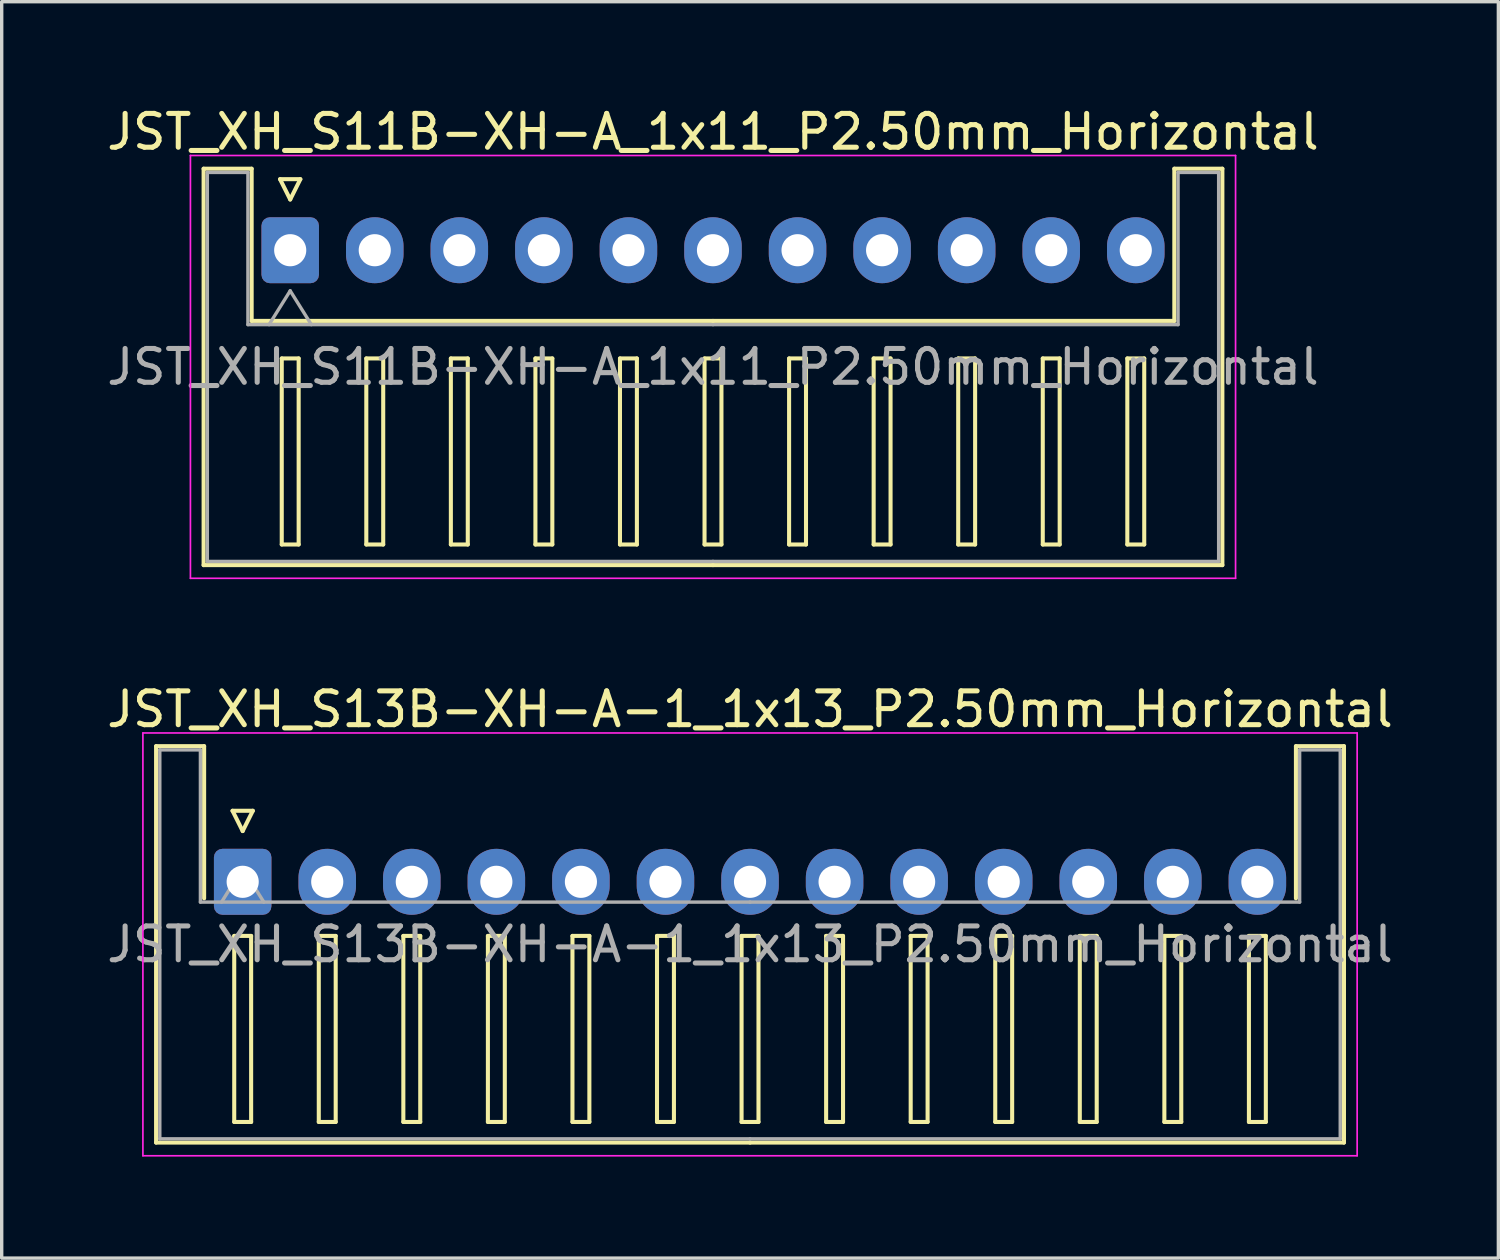
<source format=kicad_pcb>
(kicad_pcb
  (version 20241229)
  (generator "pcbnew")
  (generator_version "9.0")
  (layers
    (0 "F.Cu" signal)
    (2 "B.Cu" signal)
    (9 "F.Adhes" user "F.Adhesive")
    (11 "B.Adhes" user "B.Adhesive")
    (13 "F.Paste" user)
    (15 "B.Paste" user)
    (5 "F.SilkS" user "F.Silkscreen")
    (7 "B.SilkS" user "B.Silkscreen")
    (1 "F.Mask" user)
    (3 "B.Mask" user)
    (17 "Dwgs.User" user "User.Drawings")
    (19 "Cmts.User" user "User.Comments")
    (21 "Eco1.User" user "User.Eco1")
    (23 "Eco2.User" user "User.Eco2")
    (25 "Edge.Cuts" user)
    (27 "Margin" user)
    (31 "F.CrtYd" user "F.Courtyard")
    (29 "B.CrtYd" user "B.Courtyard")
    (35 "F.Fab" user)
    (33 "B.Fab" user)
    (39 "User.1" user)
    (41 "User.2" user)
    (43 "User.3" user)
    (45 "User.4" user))
  (footprint "JST_XH_S11B-XH-A_1x11_P2.50mm_Horizontal"
    (layer "F.Cu")
    (at 5.53 4.348)
    (property "Reference" "JST_XH_S11B-XH-A_1x11_P2.50mm_Horizontal" (at 12.5 -3.5 0) (layer "F.SilkS") (effects (font (size 1 1) (thickness 0.15))))
    (attr through_hole)
    (fp_line (start -2.56 -2.41) (end -1.14 -2.41) (stroke (width 0.12) (type solid)) (layer "F.SilkS"))
    (fp_line (start -2.56 9.31) (end -2.56 -2.41) (stroke (width 0.12) (type solid)) (layer "F.SilkS"))
    (fp_line (start -1.14 -2.41) (end -1.14 2.09) (stroke (width 0.12) (type solid)) (layer "F.SilkS"))
    (fp_line (start -1.14 2.09) (end 12.5 2.09) (stroke (width 0.12) (type solid)) (layer "F.SilkS"))
    (fp_line (start -0.3 -2.1) (end 0.3 -2.1) (stroke (width 0.12) (type solid)) (layer "F.SilkS"))
    (fp_line (start -0.25 3.2) (end -0.25 8.7) (stroke (width 0.12) (type solid)) (layer "F.SilkS"))
    (fp_line (start -0.25 8.7) (end 0.25 8.7) (stroke (width 0.12) (type solid)) (layer "F.SilkS"))
    (fp_line (start 0 -1.5) (end -0.3 -2.1) (stroke (width 0.12) (type solid)) (layer "F.SilkS"))
    (fp_line (start 0.25 3.2) (end -0.25 3.2) (stroke (width 0.12) (type solid)) (layer "F.SilkS"))
    (fp_line (start 0.25 8.7) (end 0.25 3.2) (stroke (width 0.12) (type solid)) (layer "F.SilkS"))
    (fp_line (start 0.3 -2.1) (end 0 -1.5) (stroke (width 0.12) (type solid)) (layer "F.SilkS"))
    (fp_line (start 2.25 3.2) (end 2.25 8.7) (stroke (width 0.12) (type solid)) (layer "F.SilkS"))
    (fp_line (start 2.25 8.7) (end 2.75 8.7) (stroke (width 0.12) (type solid)) (layer "F.SilkS"))
    (fp_line (start 2.75 3.2) (end 2.25 3.2) (stroke (width 0.12) (type solid)) (layer "F.SilkS"))
    (fp_line (start 2.75 8.7) (end 2.75 3.2) (stroke (width 0.12) (type solid)) (layer "F.SilkS"))
    (fp_line (start 4.75 3.2) (end 4.75 8.7) (stroke (width 0.12) (type solid)) (layer "F.SilkS"))
    (fp_line (start 4.75 8.7) (end 5.25 8.7) (stroke (width 0.12) (type solid)) (layer "F.SilkS"))
    (fp_line (start 5.25 3.2) (end 4.75 3.2) (stroke (width 0.12) (type solid)) (layer "F.SilkS"))
    (fp_line (start 5.25 8.7) (end 5.25 3.2) (stroke (width 0.12) (type solid)) (layer "F.SilkS"))
    (fp_line (start 7.25 3.2) (end 7.25 8.7) (stroke (width 0.12) (type solid)) (layer "F.SilkS"))
    (fp_line (start 7.25 8.7) (end 7.75 8.7) (stroke (width 0.12) (type solid)) (layer "F.SilkS"))
    (fp_line (start 7.75 3.2) (end 7.25 3.2) (stroke (width 0.12) (type solid)) (layer "F.SilkS"))
    (fp_line (start 7.75 8.7) (end 7.75 3.2) (stroke (width 0.12) (type solid)) (layer "F.SilkS"))
    (fp_line (start 9.75 3.2) (end 9.75 8.7) (stroke (width 0.12) (type solid)) (layer "F.SilkS"))
    (fp_line (start 9.75 8.7) (end 10.25 8.7) (stroke (width 0.12) (type solid)) (layer "F.SilkS"))
    (fp_line (start 10.25 3.2) (end 9.75 3.2) (stroke (width 0.12) (type solid)) (layer "F.SilkS"))
    (fp_line (start 10.25 8.7) (end 10.25 3.2) (stroke (width 0.12) (type solid)) (layer "F.SilkS"))
    (fp_line (start 12.25 3.2) (end 12.25 8.7) (stroke (width 0.12) (type solid)) (layer "F.SilkS"))
    (fp_line (start 12.25 8.7) (end 12.75 8.7) (stroke (width 0.12) (type solid)) (layer "F.SilkS"))
    (fp_line (start 12.5 9.31) (end -2.56 9.31) (stroke (width 0.12) (type solid)) (layer "F.SilkS"))
    (fp_line (start 12.5 9.31) (end 27.56 9.31) (stroke (width 0.12) (type solid)) (layer "F.SilkS"))
    (fp_line (start 12.75 3.2) (end 12.25 3.2) (stroke (width 0.12) (type solid)) (layer "F.SilkS"))
    (fp_line (start 12.75 8.7) (end 12.75 3.2) (stroke (width 0.12) (type solid)) (layer "F.SilkS"))
    (fp_line (start 14.75 3.2) (end 14.75 8.7) (stroke (width 0.12) (type solid)) (layer "F.SilkS"))
    (fp_line (start 14.75 8.7) (end 15.25 8.7) (stroke (width 0.12) (type solid)) (layer "F.SilkS"))
    (fp_line (start 15.25 3.2) (end 14.75 3.2) (stroke (width 0.12) (type solid)) (layer "F.SilkS"))
    (fp_line (start 15.25 8.7) (end 15.25 3.2) (stroke (width 0.12) (type solid)) (layer "F.SilkS"))
    (fp_line (start 17.25 3.2) (end 17.25 8.7) (stroke (width 0.12) (type solid)) (layer "F.SilkS"))
    (fp_line (start 17.25 8.7) (end 17.75 8.7) (stroke (width 0.12) (type solid)) (layer "F.SilkS"))
    (fp_line (start 17.75 3.2) (end 17.25 3.2) (stroke (width 0.12) (type solid)) (layer "F.SilkS"))
    (fp_line (start 17.75 8.7) (end 17.75 3.2) (stroke (width 0.12) (type solid)) (layer "F.SilkS"))
    (fp_line (start 19.75 3.2) (end 19.75 8.7) (stroke (width 0.12) (type solid)) (layer "F.SilkS"))
    (fp_line (start 19.75 8.7) (end 20.25 8.7) (stroke (width 0.12) (type solid)) (layer "F.SilkS"))
    (fp_line (start 20.25 3.2) (end 19.75 3.2) (stroke (width 0.12) (type solid)) (layer "F.SilkS"))
    (fp_line (start 20.25 8.7) (end 20.25 3.2) (stroke (width 0.12) (type solid)) (layer "F.SilkS"))
    (fp_line (start 22.25 3.2) (end 22.25 8.7) (stroke (width 0.12) (type solid)) (layer "F.SilkS"))
    (fp_line (start 22.25 8.7) (end 22.75 8.7) (stroke (width 0.12) (type solid)) (layer "F.SilkS"))
    (fp_line (start 22.75 3.2) (end 22.25 3.2) (stroke (width 0.12) (type solid)) (layer "F.SilkS"))
    (fp_line (start 22.75 8.7) (end 22.75 3.2) (stroke (width 0.12) (type solid)) (layer "F.SilkS"))
    (fp_line (start 24.75 3.2) (end 24.75 8.7) (stroke (width 0.12) (type solid)) (layer "F.SilkS"))
    (fp_line (start 24.75 8.7) (end 25.25 8.7) (stroke (width 0.12) (type solid)) (layer "F.SilkS"))
    (fp_line (start 25.25 3.2) (end 24.75 3.2) (stroke (width 0.12) (type solid)) (layer "F.SilkS"))
    (fp_line (start 25.25 8.7) (end 25.25 3.2) (stroke (width 0.12) (type solid)) (layer "F.SilkS"))
    (fp_line (start 26.14 -2.41) (end 26.14 2.09) (stroke (width 0.12) (type solid)) (layer "F.SilkS"))
    (fp_line (start 26.14 2.09) (end 12.5 2.09) (stroke (width 0.12) (type solid)) (layer "F.SilkS"))
    (fp_line (start 27.56 -2.41) (end 26.14 -2.41) (stroke (width 0.12) (type solid)) (layer "F.SilkS"))
    (fp_line (start 27.56 9.31) (end 27.56 -2.41) (stroke (width 0.12) (type solid)) (layer "F.SilkS"))
    (fp_line (start -2.95 -2.8) (end -2.95 9.7) (stroke (width 0.05) (type solid)) (layer "F.CrtYd"))
    (fp_line (start -2.95 9.7) (end 27.95 9.7) (stroke (width 0.05) (type solid)) (layer "F.CrtYd"))
    (fp_line (start 27.95 -2.8) (end -2.95 -2.8) (stroke (width 0.05) (type solid)) (layer "F.CrtYd"))
    (fp_line (start 27.95 9.7) (end 27.95 -2.8) (stroke (width 0.05) (type solid)) (layer "F.CrtYd"))
    (fp_line (start -2.45 -2.3) (end -1.25 -2.3) (stroke (width 0.1) (type solid)) (layer "F.Fab"))
    (fp_line (start -2.45 9.2) (end -2.45 -2.3) (stroke (width 0.1) (type solid)) (layer "F.Fab"))
    (fp_line (start -1.25 -2.3) (end -1.25 2.2) (stroke (width 0.1) (type solid)) (layer "F.Fab"))
    (fp_line (start -1.25 2.2) (end 12.5 2.2) (stroke (width 0.1) (type solid)) (layer "F.Fab"))
    (fp_line (start -0.625 2.2) (end 0 1.2) (stroke (width 0.1) (type solid)) (layer "F.Fab"))
    (fp_line (start 0 1.2) (end 0.625 2.2) (stroke (width 0.1) (type solid)) (layer "F.Fab"))
    (fp_line (start 12.5 9.2) (end -2.45 9.2) (stroke (width 0.1) (type solid)) (layer "F.Fab"))
    (fp_line (start 12.5 9.2) (end 27.45 9.2) (stroke (width 0.1) (type solid)) (layer "F.Fab"))
    (fp_line (start 26.25 -2.3) (end 26.25 2.2) (stroke (width 0.1) (type solid)) (layer "F.Fab"))
    (fp_line (start 26.25 2.2) (end 12.5 2.2) (stroke (width 0.1) (type solid)) (layer "F.Fab"))
    (fp_line (start 27.45 -2.3) (end 26.25 -2.3) (stroke (width 0.1) (type solid)) (layer "F.Fab"))
    (fp_line (start 27.45 9.2) (end 27.45 -2.3) (stroke (width 0.1) (type solid)) (layer "F.Fab"))
    (fp_text user "${REFERENCE}" (at 12.5 3.45 0) (layer "F.Fab") (effects (font (size 1 1) (thickness 0.15))))
    (pad "1" thru_hole roundrect (at 0 0) (size 1.7 1.95) (drill 0.95) (layers "*.Cu" "*.Mask") (roundrect_rratio 0.147))
    (pad "2" thru_hole oval (at 2.5 0) (size 1.7 1.95) (drill 0.95) (layers "*.Cu" "*.Mask"))
    (pad "3" thru_hole oval (at 5 0) (size 1.7 1.95) (drill 0.95) (layers "*.Cu" "*.Mask"))
    (pad "4" thru_hole oval (at 7.5 0) (size 1.7 1.95) (drill 0.95) (layers "*.Cu" "*.Mask"))
    (pad "5" thru_hole oval (at 10 0) (size 1.7 1.95) (drill 0.95) (layers "*.Cu" "*.Mask"))
    (pad "6" thru_hole oval (at 12.5 0) (size 1.7 1.95) (drill 0.95) (layers "*.Cu" "*.Mask"))
    (pad "7" thru_hole oval (at 15 0) (size 1.7 1.95) (drill 0.95) (layers "*.Cu" "*.Mask"))
    (pad "8" thru_hole oval (at 17.5 0) (size 1.7 1.95) (drill 0.95) (layers "*.Cu" "*.Mask"))
    (pad "9" thru_hole oval (at 20 0) (size 1.7 1.95) (drill 0.95) (layers "*.Cu" "*.Mask"))
    (pad "10" thru_hole oval (at 22.5 0) (size 1.7 1.95) (drill 0.95) (layers "*.Cu" "*.Mask"))
    (pad "11" thru_hole oval (at 25 0) (size 1.7 1.95) (drill 0.95) (layers "*.Cu" "*.Mask")))
  (footprint "JST_XH_S13B-XH-A-1_1x13_P2.50mm_Horizontal"
    (layer "F.Cu")
    (at 4.125 23.021)
    (property "Reference" "JST_XH_S13B-XH-A-1_1x13_P2.50mm_Horizontal" (at 15 -5.1 0) (layer "F.SilkS") (effects (font (size 1 1) (thickness 0.15))))
    (attr through_hole)
    (fp_line (start -2.56 -4.01) (end -1.14 -4.01) (stroke (width 0.12) (type solid)) (layer "F.SilkS"))
    (fp_line (start -2.56 7.71) (end -2.56 -4.01) (stroke (width 0.12) (type solid)) (layer "F.SilkS"))
    (fp_line (start -1.14 -4.01) (end -1.14 0.49) (stroke (width 0.12) (type solid)) (layer "F.SilkS"))
    (fp_line (start -0.3 -2.1) (end 0.3 -2.1) (stroke (width 0.12) (type solid)) (layer "F.SilkS"))
    (fp_line (start -0.25 1.6) (end -0.25 7.1) (stroke (width 0.12) (type solid)) (layer "F.SilkS"))
    (fp_line (start -0.25 7.1) (end 0.25 7.1) (stroke (width 0.12) (type solid)) (layer "F.SilkS"))
    (fp_line (start 0 -1.5) (end -0.3 -2.1) (stroke (width 0.12) (type solid)) (layer "F.SilkS"))
    (fp_line (start 0.25 1.6) (end -0.25 1.6) (stroke (width 0.12) (type solid)) (layer "F.SilkS"))
    (fp_line (start 0.25 7.1) (end 0.25 1.6) (stroke (width 0.12) (type solid)) (layer "F.SilkS"))
    (fp_line (start 0.3 -2.1) (end 0 -1.5) (stroke (width 0.12) (type solid)) (layer "F.SilkS"))
    (fp_line (start 2.25 1.6) (end 2.25 7.1) (stroke (width 0.12) (type solid)) (layer "F.SilkS"))
    (fp_line (start 2.25 7.1) (end 2.75 7.1) (stroke (width 0.12) (type solid)) (layer "F.SilkS"))
    (fp_line (start 2.75 1.6) (end 2.25 1.6) (stroke (width 0.12) (type solid)) (layer "F.SilkS"))
    (fp_line (start 2.75 7.1) (end 2.75 1.6) (stroke (width 0.12) (type solid)) (layer "F.SilkS"))
    (fp_line (start 4.75 1.6) (end 4.75 7.1) (stroke (width 0.12) (type solid)) (layer "F.SilkS"))
    (fp_line (start 4.75 7.1) (end 5.25 7.1) (stroke (width 0.12) (type solid)) (layer "F.SilkS"))
    (fp_line (start 5.25 1.6) (end 4.75 1.6) (stroke (width 0.12) (type solid)) (layer "F.SilkS"))
    (fp_line (start 5.25 7.1) (end 5.25 1.6) (stroke (width 0.12) (type solid)) (layer "F.SilkS"))
    (fp_line (start 7.25 1.6) (end 7.25 7.1) (stroke (width 0.12) (type solid)) (layer "F.SilkS"))
    (fp_line (start 7.25 7.1) (end 7.75 7.1) (stroke (width 0.12) (type solid)) (layer "F.SilkS"))
    (fp_line (start 7.75 1.6) (end 7.25 1.6) (stroke (width 0.12) (type solid)) (layer "F.SilkS"))
    (fp_line (start 7.75 7.1) (end 7.75 1.6) (stroke (width 0.12) (type solid)) (layer "F.SilkS"))
    (fp_line (start 9.75 1.6) (end 9.75 7.1) (stroke (width 0.12) (type solid)) (layer "F.SilkS"))
    (fp_line (start 9.75 7.1) (end 10.25 7.1) (stroke (width 0.12) (type solid)) (layer "F.SilkS"))
    (fp_line (start 10.25 1.6) (end 9.75 1.6) (stroke (width 0.12) (type solid)) (layer "F.SilkS"))
    (fp_line (start 10.25 7.1) (end 10.25 1.6) (stroke (width 0.12) (type solid)) (layer "F.SilkS"))
    (fp_line (start 12.25 1.6) (end 12.25 7.1) (stroke (width 0.12) (type solid)) (layer "F.SilkS"))
    (fp_line (start 12.25 7.1) (end 12.75 7.1) (stroke (width 0.12) (type solid)) (layer "F.SilkS"))
    (fp_line (start 12.75 1.6) (end 12.25 1.6) (stroke (width 0.12) (type solid)) (layer "F.SilkS"))
    (fp_line (start 12.75 7.1) (end 12.75 1.6) (stroke (width 0.12) (type solid)) (layer "F.SilkS"))
    (fp_line (start 14.75 1.6) (end 14.75 7.1) (stroke (width 0.12) (type solid)) (layer "F.SilkS"))
    (fp_line (start 14.75 7.1) (end 15.25 7.1) (stroke (width 0.12) (type solid)) (layer "F.SilkS"))
    (fp_line (start 15 7.71) (end -2.56 7.71) (stroke (width 0.12) (type solid)) (layer "F.SilkS"))
    (fp_line (start 15 7.71) (end 32.56 7.71) (stroke (width 0.12) (type solid)) (layer "F.SilkS"))
    (fp_line (start 15.25 1.6) (end 14.75 1.6) (stroke (width 0.12) (type solid)) (layer "F.SilkS"))
    (fp_line (start 15.25 7.1) (end 15.25 1.6) (stroke (width 0.12) (type solid)) (layer "F.SilkS"))
    (fp_line (start 17.25 1.6) (end 17.25 7.1) (stroke (width 0.12) (type solid)) (layer "F.SilkS"))
    (fp_line (start 17.25 7.1) (end 17.75 7.1) (stroke (width 0.12) (type solid)) (layer "F.SilkS"))
    (fp_line (start 17.75 1.6) (end 17.25 1.6) (stroke (width 0.12) (type solid)) (layer "F.SilkS"))
    (fp_line (start 17.75 7.1) (end 17.75 1.6) (stroke (width 0.12) (type solid)) (layer "F.SilkS"))
    (fp_line (start 19.75 1.6) (end 19.75 7.1) (stroke (width 0.12) (type solid)) (layer "F.SilkS"))
    (fp_line (start 19.75 7.1) (end 20.25 7.1) (stroke (width 0.12) (type solid)) (layer "F.SilkS"))
    (fp_line (start 20.25 1.6) (end 19.75 1.6) (stroke (width 0.12) (type solid)) (layer "F.SilkS"))
    (fp_line (start 20.25 7.1) (end 20.25 1.6) (stroke (width 0.12) (type solid)) (layer "F.SilkS"))
    (fp_line (start 22.25 1.6) (end 22.25 7.1) (stroke (width 0.12) (type solid)) (layer "F.SilkS"))
    (fp_line (start 22.25 7.1) (end 22.75 7.1) (stroke (width 0.12) (type solid)) (layer "F.SilkS"))
    (fp_line (start 22.75 1.6) (end 22.25 1.6) (stroke (width 0.12) (type solid)) (layer "F.SilkS"))
    (fp_line (start 22.75 7.1) (end 22.75 1.6) (stroke (width 0.12) (type solid)) (layer "F.SilkS"))
    (fp_line (start 24.75 1.6) (end 24.75 7.1) (stroke (width 0.12) (type solid)) (layer "F.SilkS"))
    (fp_line (start 24.75 7.1) (end 25.25 7.1) (stroke (width 0.12) (type solid)) (layer "F.SilkS"))
    (fp_line (start 25.25 1.6) (end 24.75 1.6) (stroke (width 0.12) (type solid)) (layer "F.SilkS"))
    (fp_line (start 25.25 7.1) (end 25.25 1.6) (stroke (width 0.12) (type solid)) (layer "F.SilkS"))
    (fp_line (start 27.25 1.6) (end 27.25 7.1) (stroke (width 0.12) (type solid)) (layer "F.SilkS"))
    (fp_line (start 27.25 7.1) (end 27.75 7.1) (stroke (width 0.12) (type solid)) (layer "F.SilkS"))
    (fp_line (start 27.75 1.6) (end 27.25 1.6) (stroke (width 0.12) (type solid)) (layer "F.SilkS"))
    (fp_line (start 27.75 7.1) (end 27.75 1.6) (stroke (width 0.12) (type solid)) (layer "F.SilkS"))
    (fp_line (start 29.75 1.6) (end 29.75 7.1) (stroke (width 0.12) (type solid)) (layer "F.SilkS"))
    (fp_line (start 29.75 7.1) (end 30.25 7.1) (stroke (width 0.12) (type solid)) (layer "F.SilkS"))
    (fp_line (start 30.25 1.6) (end 29.75 1.6) (stroke (width 0.12) (type solid)) (layer "F.SilkS"))
    (fp_line (start 30.25 7.1) (end 30.25 1.6) (stroke (width 0.12) (type solid)) (layer "F.SilkS"))
    (fp_line (start 31.14 -4.01) (end 31.14 0.49) (stroke (width 0.12) (type solid)) (layer "F.SilkS"))
    (fp_line (start 32.56 -4.01) (end 31.14 -4.01) (stroke (width 0.12) (type solid)) (layer "F.SilkS"))
    (fp_line (start 32.56 7.71) (end 32.56 -4.01) (stroke (width 0.12) (type solid)) (layer "F.SilkS"))
    (fp_line (start -2.95 -4.4) (end -2.95 8.1) (stroke (width 0.05) (type solid)) (layer "F.CrtYd"))
    (fp_line (start -2.95 8.1) (end 32.95 8.1) (stroke (width 0.05) (type solid)) (layer "F.CrtYd"))
    (fp_line (start 32.95 -4.4) (end -2.95 -4.4) (stroke (width 0.05) (type solid)) (layer "F.CrtYd"))
    (fp_line (start 32.95 8.1) (end 32.95 -4.4) (stroke (width 0.05) (type solid)) (layer "F.CrtYd"))
    (fp_line (start -2.45 -3.9) (end -1.25 -3.9) (stroke (width 0.1) (type solid)) (layer "F.Fab"))
    (fp_line (start -2.45 7.6) (end -2.45 -3.9) (stroke (width 0.1) (type solid)) (layer "F.Fab"))
    (fp_line (start -1.25 -3.9) (end -1.25 0.6) (stroke (width 0.1) (type solid)) (layer "F.Fab"))
    (fp_line (start -1.25 0.6) (end 15 0.6) (stroke (width 0.1) (type solid)) (layer "F.Fab"))
    (fp_line (start -0.625 0.6) (end 0 -0.4) (stroke (width 0.1) (type solid)) (layer "F.Fab"))
    (fp_line (start 0 -0.4) (end 0.625 0.6) (stroke (width 0.1) (type solid)) (layer "F.Fab"))
    (fp_line (start 15 7.6) (end -2.45 7.6) (stroke (width 0.1) (type solid)) (layer "F.Fab"))
    (fp_line (start 15 7.6) (end 32.45 7.6) (stroke (width 0.1) (type solid)) (layer "F.Fab"))
    (fp_line (start 31.25 -3.9) (end 31.25 0.6) (stroke (width 0.1) (type solid)) (layer "F.Fab"))
    (fp_line (start 31.25 0.6) (end 15 0.6) (stroke (width 0.1) (type solid)) (layer "F.Fab"))
    (fp_line (start 32.45 -3.9) (end 31.25 -3.9) (stroke (width 0.1) (type solid)) (layer "F.Fab"))
    (fp_line (start 32.45 7.6) (end 32.45 -3.9) (stroke (width 0.1) (type solid)) (layer "F.Fab"))
    (fp_text user "${REFERENCE}" (at 15 1.85 0) (layer "F.Fab") (effects (font (size 1 1) (thickness 0.15))))
    (pad "1" thru_hole roundrect (at 0 0) (size 1.7 1.95) (drill 0.95) (layers "*.Cu" "*.Mask") (roundrect_rratio 0.147))
    (pad "2" thru_hole oval (at 2.5 0) (size 1.7 1.95) (drill 0.95) (layers "*.Cu" "*.Mask"))
    (pad "3" thru_hole oval (at 5 0) (size 1.7 1.95) (drill 0.95) (layers "*.Cu" "*.Mask"))
    (pad "4" thru_hole oval (at 7.5 0) (size 1.7 1.95) (drill 0.95) (layers "*.Cu" "*.Mask"))
    (pad "5" thru_hole oval (at 10 0) (size 1.7 1.95) (drill 0.95) (layers "*.Cu" "*.Mask"))
    (pad "6" thru_hole oval (at 12.5 0) (size 1.7 1.95) (drill 0.95) (layers "*.Cu" "*.Mask"))
    (pad "7" thru_hole oval (at 15 0) (size 1.7 1.95) (drill 0.95) (layers "*.Cu" "*.Mask"))
    (pad "8" thru_hole oval (at 17.5 0) (size 1.7 1.95) (drill 0.95) (layers "*.Cu" "*.Mask"))
    (pad "9" thru_hole oval (at 20 0) (size 1.7 1.95) (drill 0.95) (layers "*.Cu" "*.Mask"))
    (pad "10" thru_hole oval (at 22.5 0) (size 1.7 1.95) (drill 0.95) (layers "*.Cu" "*.Mask"))
    (pad "11" thru_hole oval (at 25 0) (size 1.7 1.95) (drill 0.95) (layers "*.Cu" "*.Mask"))
    (pad "12" thru_hole oval (at 27.5 0) (size 1.7 1.95) (drill 0.95) (layers "*.Cu" "*.Mask"))
    (pad "13" thru_hole oval (at 30 0) (size 1.7 1.95) (drill 0.95) (layers "*.Cu" "*.Mask")))
  (gr_rect
    (start -3 -3)
    (end 41.25 34.147)
    (stroke (width 0.1) (type default))
    (fill no)
    (layer "Edge.Cuts")))
</source>
